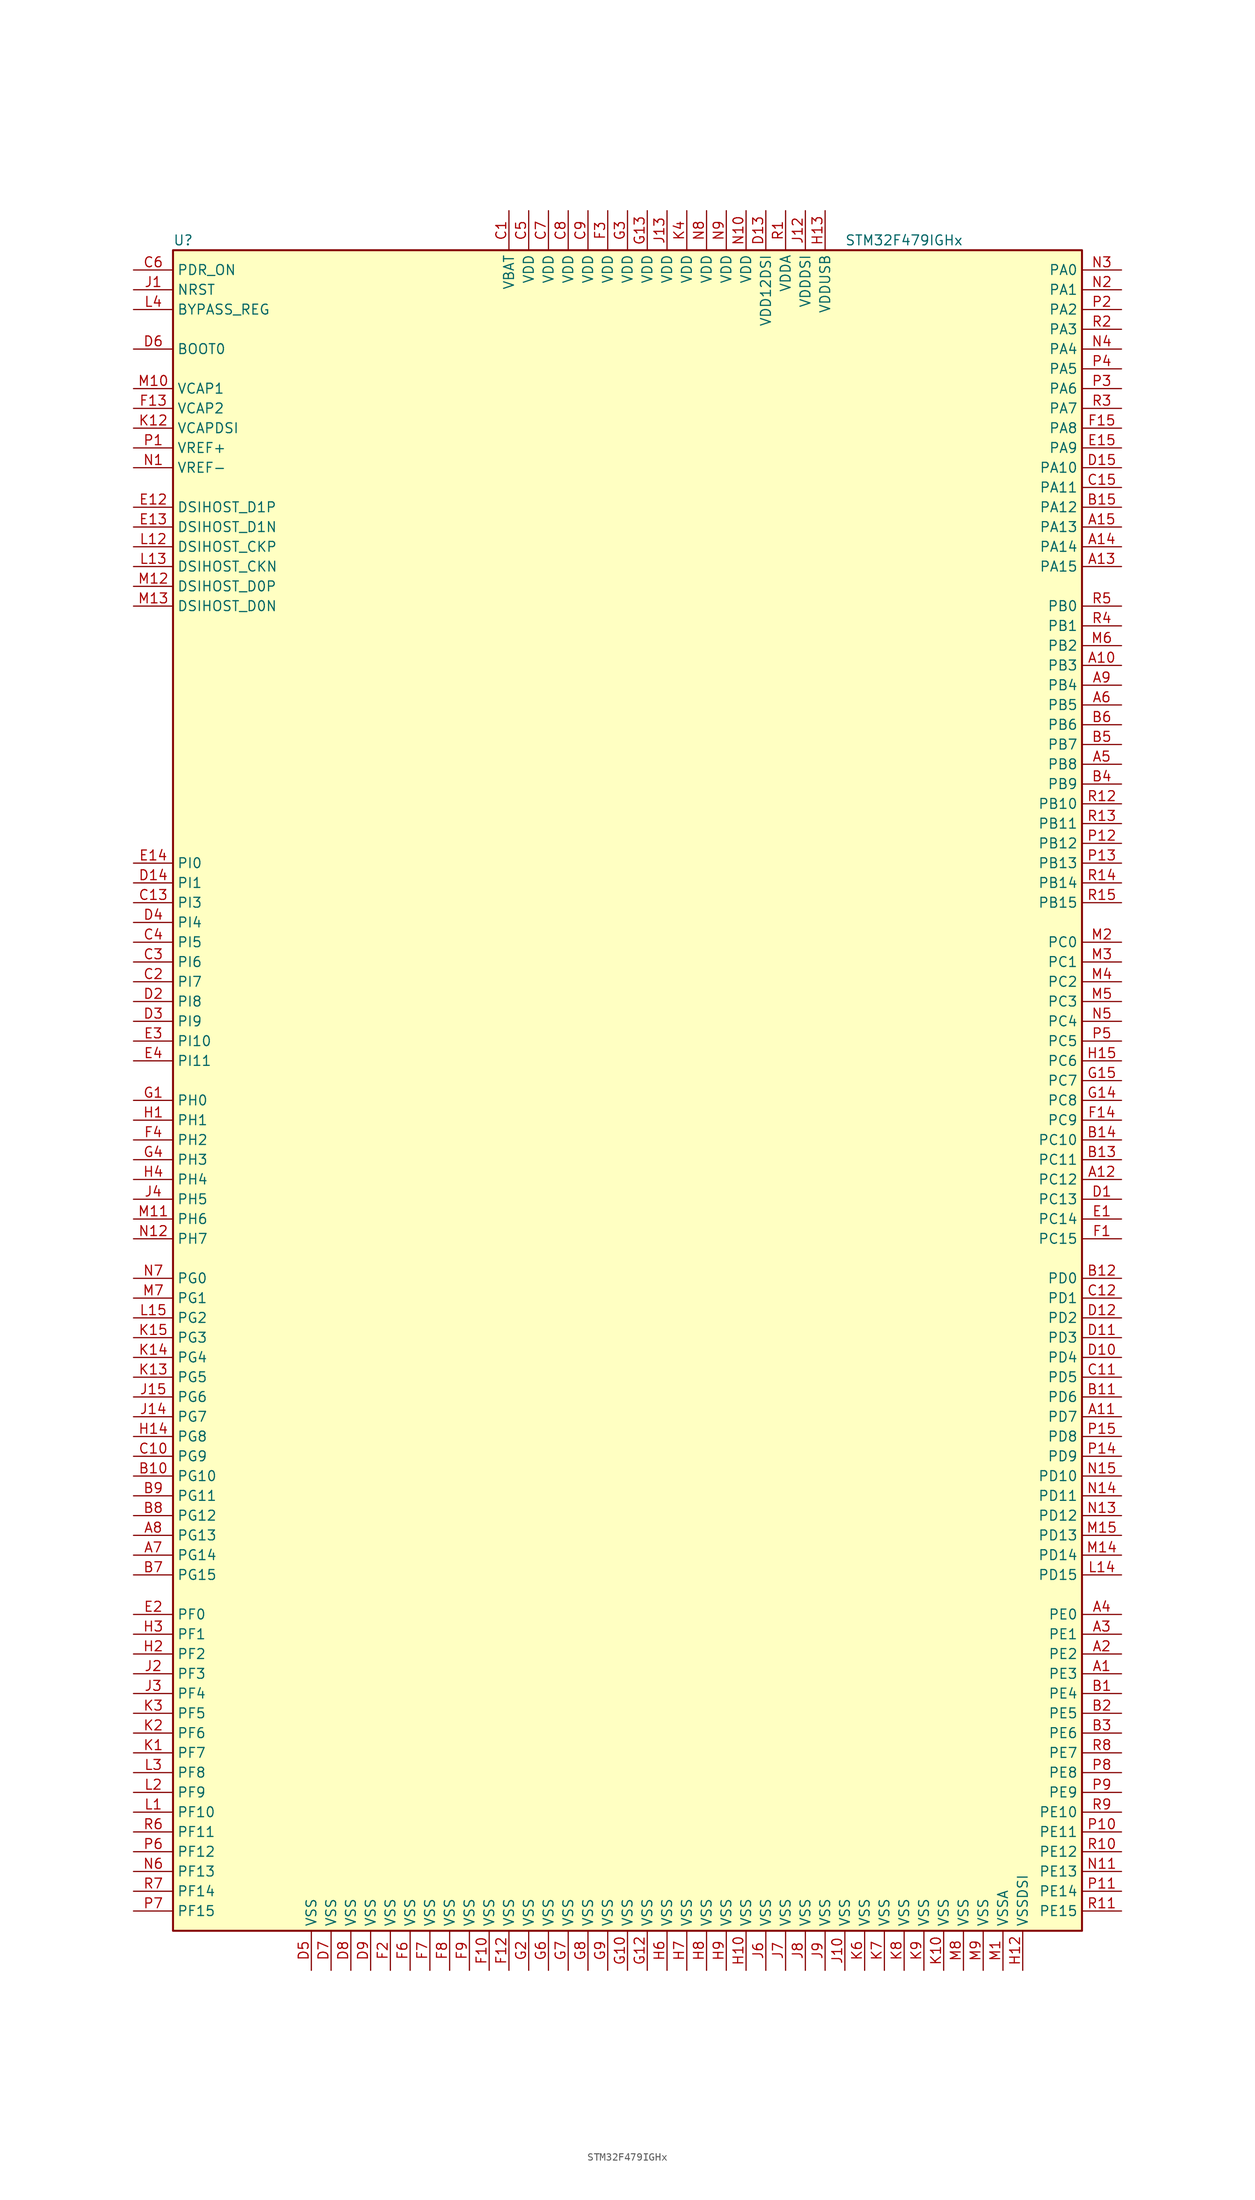
<source format=kicad_sym>
(kicad_symbol_lib
  (version 20211014)
  (generator kicad_symbol_editor)
  (symbol "STM32F479IGHx"
    (property "Reference" "U"
      (at -58.42 107.95 0)
      (effects (font (size 1.27 1.27)) (justify left)))
    (property "Value" "STM32F479IGHx"
      (at 27.94 107.95 0)
      (effects (font (size 1.27 1.27)) (justify left)))
    (symbol "STM32F479IGHx_0_1"
      (rectangle (start -58.42 -109.22) (end 58.42 106.68) (stroke (width 0.254) (type default) (color 0 0 0 0)) (fill (type background))))
    (symbol "STM32F479IGHx_1_1"
      (pin bidirectional line (at 63.5 -76.2 180) (length 5.08) (name "PE3" (effects (font (size 1.27 1.27)))) (number "A1" (effects (font (size 1.27 1.27)))))
      (pin bidirectional line (at 63.5 53.34 180) (length 5.08) (name "PB3" (effects (font (size 1.27 1.27)))) (number "A10" (effects (font (size 1.27 1.27)))))
      (pin bidirectional line (at 63.5 -43.18 180) (length 5.08) (name "PD7" (effects (font (size 1.27 1.27)))) (number "A11" (effects (font (size 1.27 1.27)))))
      (pin bidirectional line (at 63.5 -12.7 180) (length 5.08) (name "PC12" (effects (font (size 1.27 1.27)))) (number "A12" (effects (font (size 1.27 1.27)))))
      (pin bidirectional line (at 63.5 66.04 180) (length 5.08) (name "PA15" (effects (font (size 1.27 1.27)))) (number "A13" (effects (font (size 1.27 1.27)))))
      (pin bidirectional line (at 63.5 68.58 180) (length 5.08) (name "PA14" (effects (font (size 1.27 1.27)))) (number "A14" (effects (font (size 1.27 1.27)))))
      (pin bidirectional line (at 63.5 71.12 180) (length 5.08) (name "PA13" (effects (font (size 1.27 1.27)))) (number "A15" (effects (font (size 1.27 1.27)))))
      (pin bidirectional line (at 63.5 -73.66 180) (length 5.08) (name "PE2" (effects (font (size 1.27 1.27)))) (number "A2" (effects (font (size 1.27 1.27)))))
      (pin bidirectional line (at 63.5 -71.12 180) (length 5.08) (name "PE1" (effects (font (size 1.27 1.27)))) (number "A3" (effects (font (size 1.27 1.27)))))
      (pin bidirectional line (at 63.5 -68.58 180) (length 5.08) (name "PE0" (effects (font (size 1.27 1.27)))) (number "A4" (effects (font (size 1.27 1.27)))))
      (pin bidirectional line (at 63.5 40.64 180) (length 5.08) (name "PB8" (effects (font (size 1.27 1.27)))) (number "A5" (effects (font (size 1.27 1.27)))))
      (pin bidirectional line (at 63.5 48.26 180) (length 5.08) (name "PB5" (effects (font (size 1.27 1.27)))) (number "A6" (effects (font (size 1.27 1.27)))))
      (pin bidirectional line (at -63.5 -60.96 0) (length 5.08) (name "PG14" (effects (font (size 1.27 1.27)))) (number "A7" (effects (font (size 1.27 1.27)))))
      (pin bidirectional line (at -63.5 -58.42 0) (length 5.08) (name "PG13" (effects (font (size 1.27 1.27)))) (number "A8" (effects (font (size 1.27 1.27)))))
      (pin bidirectional line (at 63.5 50.8 180) (length 5.08) (name "PB4" (effects (font (size 1.27 1.27)))) (number "A9" (effects (font (size 1.27 1.27)))))
      (pin bidirectional line (at 63.5 -78.74 180) (length 5.08) (name "PE4" (effects (font (size 1.27 1.27)))) (number "B1" (effects (font (size 1.27 1.27)))))
      (pin bidirectional line (at -63.5 -50.8 0) (length 5.08) (name "PG10" (effects (font (size 1.27 1.27)))) (number "B10" (effects (font (size 1.27 1.27)))))
      (pin bidirectional line (at 63.5 -40.64 180) (length 5.08) (name "PD6" (effects (font (size 1.27 1.27)))) (number "B11" (effects (font (size 1.27 1.27)))))
      (pin bidirectional line (at 63.5 -25.4 180) (length 5.08) (name "PD0" (effects (font (size 1.27 1.27)))) (number "B12" (effects (font (size 1.27 1.27)))))
      (pin bidirectional line (at 63.5 -10.16 180) (length 5.08) (name "PC11" (effects (font (size 1.27 1.27)))) (number "B13" (effects (font (size 1.27 1.27)))))
      (pin bidirectional line (at 63.5 -7.62 180) (length 5.08) (name "PC10" (effects (font (size 1.27 1.27)))) (number "B14" (effects (font (size 1.27 1.27)))))
      (pin bidirectional line (at 63.5 73.66 180) (length 5.08) (name "PA12" (effects (font (size 1.27 1.27)))) (number "B15" (effects (font (size 1.27 1.27)))))
      (pin bidirectional line (at 63.5 -81.28 180) (length 5.08) (name "PE5" (effects (font (size 1.27 1.27)))) (number "B2" (effects (font (size 1.27 1.27)))))
      (pin bidirectional line (at 63.5 -83.82 180) (length 5.08) (name "PE6" (effects (font (size 1.27 1.27)))) (number "B3" (effects (font (size 1.27 1.27)))))
      (pin bidirectional line (at 63.5 38.1 180) (length 5.08) (name "PB9" (effects (font (size 1.27 1.27)))) (number "B4" (effects (font (size 1.27 1.27)))))
      (pin bidirectional line (at 63.5 43.18 180) (length 5.08) (name "PB7" (effects (font (size 1.27 1.27)))) (number "B5" (effects (font (size 1.27 1.27)))))
      (pin bidirectional line (at 63.5 45.72 180) (length 5.08) (name "PB6" (effects (font (size 1.27 1.27)))) (number "B6" (effects (font (size 1.27 1.27)))))
      (pin bidirectional line (at -63.5 -63.5 0) (length 5.08) (name "PG15" (effects (font (size 1.27 1.27)))) (number "B7" (effects (font (size 1.27 1.27)))))
      (pin bidirectional line (at -63.5 -55.88 0) (length 5.08) (name "PG12" (effects (font (size 1.27 1.27)))) (number "B8" (effects (font (size 1.27 1.27)))))
      (pin bidirectional line (at -63.5 -53.34 0) (length 5.08) (name "PG11" (effects (font (size 1.27 1.27)))) (number "B9" (effects (font (size 1.27 1.27)))))
      (pin power_in line (at -15.24 111.76 270) (length 5.08) (name "VBAT" (effects (font (size 1.27 1.27)))) (number "C1" (effects (font (size 1.27 1.27)))))
      (pin bidirectional line (at -63.5 -48.26 0) (length 5.08) (name "PG9" (effects (font (size 1.27 1.27)))) (number "C10" (effects (font (size 1.27 1.27)))))
      (pin bidirectional line (at 63.5 -38.1 180) (length 5.08) (name "PD5" (effects (font (size 1.27 1.27)))) (number "C11" (effects (font (size 1.27 1.27)))))
      (pin bidirectional line (at 63.5 -27.94 180) (length 5.08) (name "PD1" (effects (font (size 1.27 1.27)))) (number "C12" (effects (font (size 1.27 1.27)))))
      (pin bidirectional line (at -63.5 22.86 0) (length 5.08) (name "PI3" (effects (font (size 1.27 1.27)))) (number "C13" (effects (font (size 1.27 1.27)))))
      (pin no_connect line (at -58.42 -106.68 0) (length 5.08) hide (name "NC" (effects (font (size 1.27 1.27)))) (number "C14" (effects (font (size 1.27 1.27)))))
      (pin bidirectional line (at 63.5 76.2 180) (length 5.08) (name "PA11" (effects (font (size 1.27 1.27)))) (number "C15" (effects (font (size 1.27 1.27)))))
      (pin bidirectional line (at -63.5 12.7 0) (length 5.08) (name "PI7" (effects (font (size 1.27 1.27)))) (number "C2" (effects (font (size 1.27 1.27)))))
      (pin bidirectional line (at -63.5 15.24 0) (length 5.08) (name "PI6" (effects (font (size 1.27 1.27)))) (number "C3" (effects (font (size 1.27 1.27)))))
      (pin bidirectional line (at -63.5 17.78 0) (length 5.08) (name "PI5" (effects (font (size 1.27 1.27)))) (number "C4" (effects (font (size 1.27 1.27)))))
      (pin power_in line (at -12.7 111.76 270) (length 5.08) (name "VDD" (effects (font (size 1.27 1.27)))) (number "C5" (effects (font (size 1.27 1.27)))))
      (pin input line (at -63.5 104.14 0) (length 5.08) (name "PDR_ON" (effects (font (size 1.27 1.27)))) (number "C6" (effects (font (size 1.27 1.27)))))
      (pin power_in line (at -10.16 111.76 270) (length 5.08) (name "VDD" (effects (font (size 1.27 1.27)))) (number "C7" (effects (font (size 1.27 1.27)))))
      (pin power_in line (at -7.62 111.76 270) (length 5.08) (name "VDD" (effects (font (size 1.27 1.27)))) (number "C8" (effects (font (size 1.27 1.27)))))
      (pin power_in line (at -5.08 111.76 270) (length 5.08) (name "VDD" (effects (font (size 1.27 1.27)))) (number "C9" (effects (font (size 1.27 1.27)))))
      (pin bidirectional line (at 63.5 -15.24 180) (length 5.08) (name "PC13" (effects (font (size 1.27 1.27)))) (number "D1" (effects (font (size 1.27 1.27)))))
      (pin bidirectional line (at 63.5 -35.56 180) (length 5.08) (name "PD4" (effects (font (size 1.27 1.27)))) (number "D10" (effects (font (size 1.27 1.27)))))
      (pin bidirectional line (at 63.5 -33.02 180) (length 5.08) (name "PD3" (effects (font (size 1.27 1.27)))) (number "D11" (effects (font (size 1.27 1.27)))))
      (pin bidirectional line (at 63.5 -30.48 180) (length 5.08) (name "PD2" (effects (font (size 1.27 1.27)))) (number "D12" (effects (font (size 1.27 1.27)))))
      (pin power_in line (at 17.78 111.76 270) (length 5.08) (name "VDD12DSI" (effects (font (size 1.27 1.27)))) (number "D13" (effects (font (size 1.27 1.27)))))
      (pin bidirectional line (at -63.5 25.4 0) (length 5.08) (name "PI1" (effects (font (size 1.27 1.27)))) (number "D14" (effects (font (size 1.27 1.27)))))
      (pin bidirectional line (at 63.5 78.74 180) (length 5.08) (name "PA10" (effects (font (size 1.27 1.27)))) (number "D15" (effects (font (size 1.27 1.27)))))
      (pin bidirectional line (at -63.5 10.16 0) (length 5.08) (name "PI8" (effects (font (size 1.27 1.27)))) (number "D2" (effects (font (size 1.27 1.27)))))
      (pin bidirectional line (at -63.5 7.62 0) (length 5.08) (name "PI9" (effects (font (size 1.27 1.27)))) (number "D3" (effects (font (size 1.27 1.27)))))
      (pin bidirectional line (at -63.5 20.32 0) (length 5.08) (name "PI4" (effects (font (size 1.27 1.27)))) (number "D4" (effects (font (size 1.27 1.27)))))
      (pin power_in line (at -40.64 -114.3 90) (length 5.08) (name "VSS" (effects (font (size 1.27 1.27)))) (number "D5" (effects (font (size 1.27 1.27)))))
      (pin input line (at -63.5 93.98 0) (length 5.08) (name "BOOT0" (effects (font (size 1.27 1.27)))) (number "D6" (effects (font (size 1.27 1.27)))))
      (pin power_in line (at -38.1 -114.3 90) (length 5.08) (name "VSS" (effects (font (size 1.27 1.27)))) (number "D7" (effects (font (size 1.27 1.27)))))
      (pin power_in line (at -35.56 -114.3 90) (length 5.08) (name "VSS" (effects (font (size 1.27 1.27)))) (number "D8" (effects (font (size 1.27 1.27)))))
      (pin power_in line (at -33.02 -114.3 90) (length 5.08) (name "VSS" (effects (font (size 1.27 1.27)))) (number "D9" (effects (font (size 1.27 1.27)))))
      (pin bidirectional line (at 63.5 -17.78 180) (length 5.08) (name "PC14" (effects (font (size 1.27 1.27)))) (number "E1" (effects (font (size 1.27 1.27)))))
      (pin bidirectional line (at -63.5 73.66 0) (length 5.08) (name "DSIHOST_D1P" (effects (font (size 1.27 1.27)))) (number "E12" (effects (font (size 1.27 1.27)))))
      (pin bidirectional line (at -63.5 71.12 0) (length 5.08) (name "DSIHOST_D1N" (effects (font (size 1.27 1.27)))) (number "E13" (effects (font (size 1.27 1.27)))))
      (pin bidirectional line (at -63.5 27.94 0) (length 5.08) (name "PI0" (effects (font (size 1.27 1.27)))) (number "E14" (effects (font (size 1.27 1.27)))))
      (pin bidirectional line (at 63.5 81.28 180) (length 5.08) (name "PA9" (effects (font (size 1.27 1.27)))) (number "E15" (effects (font (size 1.27 1.27)))))
      (pin bidirectional line (at -63.5 -68.58 0) (length 5.08) (name "PF0" (effects (font (size 1.27 1.27)))) (number "E2" (effects (font (size 1.27 1.27)))))
      (pin bidirectional line (at -63.5 5.08 0) (length 5.08) (name "PI10" (effects (font (size 1.27 1.27)))) (number "E3" (effects (font (size 1.27 1.27)))))
      (pin bidirectional line (at -63.5 2.54 0) (length 5.08) (name "PI11" (effects (font (size 1.27 1.27)))) (number "E4" (effects (font (size 1.27 1.27)))))
      (pin bidirectional line (at 63.5 -20.32 180) (length 5.08) (name "PC15" (effects (font (size 1.27 1.27)))) (number "F1" (effects (font (size 1.27 1.27)))))
      (pin power_in line (at -17.78 -114.3 90) (length 5.08) (name "VSS" (effects (font (size 1.27 1.27)))) (number "F10" (effects (font (size 1.27 1.27)))))
      (pin power_in line (at -15.24 -114.3 90) (length 5.08) (name "VSS" (effects (font (size 1.27 1.27)))) (number "F12" (effects (font (size 1.27 1.27)))))
      (pin power_in line (at -63.5 86.36 0) (length 5.08) (name "VCAP2" (effects (font (size 1.27 1.27)))) (number "F13" (effects (font (size 1.27 1.27)))))
      (pin bidirectional line (at 63.5 -5.08 180) (length 5.08) (name "PC9" (effects (font (size 1.27 1.27)))) (number "F14" (effects (font (size 1.27 1.27)))))
      (pin bidirectional line (at 63.5 83.82 180) (length 5.08) (name "PA8" (effects (font (size 1.27 1.27)))) (number "F15" (effects (font (size 1.27 1.27)))))
      (pin power_in line (at -30.48 -114.3 90) (length 5.08) (name "VSS" (effects (font (size 1.27 1.27)))) (number "F2" (effects (font (size 1.27 1.27)))))
      (pin power_in line (at -2.54 111.76 270) (length 5.08) (name "VDD" (effects (font (size 1.27 1.27)))) (number "F3" (effects (font (size 1.27 1.27)))))
      (pin bidirectional line (at -63.5 -7.62 0) (length 5.08) (name "PH2" (effects (font (size 1.27 1.27)))) (number "F4" (effects (font (size 1.27 1.27)))))
      (pin power_in line (at -27.94 -114.3 90) (length 5.08) (name "VSS" (effects (font (size 1.27 1.27)))) (number "F6" (effects (font (size 1.27 1.27)))))
      (pin power_in line (at -25.4 -114.3 90) (length 5.08) (name "VSS" (effects (font (size 1.27 1.27)))) (number "F7" (effects (font (size 1.27 1.27)))))
      (pin power_in line (at -22.86 -114.3 90) (length 5.08) (name "VSS" (effects (font (size 1.27 1.27)))) (number "F8" (effects (font (size 1.27 1.27)))))
      (pin power_in line (at -20.32 -114.3 90) (length 5.08) (name "VSS" (effects (font (size 1.27 1.27)))) (number "F9" (effects (font (size 1.27 1.27)))))
      (pin input line (at -63.5 -2.54 0) (length 5.08) (name "PH0" (effects (font (size 1.27 1.27)))) (number "G1" (effects (font (size 1.27 1.27)))))
      (pin power_in line (at 0 -114.3 90) (length 5.08) (name "VSS" (effects (font (size 1.27 1.27)))) (number "G10" (effects (font (size 1.27 1.27)))))
      (pin power_in line (at 2.54 -114.3 90) (length 5.08) (name "VSS" (effects (font (size 1.27 1.27)))) (number "G12" (effects (font (size 1.27 1.27)))))
      (pin power_in line (at 2.54 111.76 270) (length 5.08) (name "VDD" (effects (font (size 1.27 1.27)))) (number "G13" (effects (font (size 1.27 1.27)))))
      (pin bidirectional line (at 63.5 -2.54 180) (length 5.08) (name "PC8" (effects (font (size 1.27 1.27)))) (number "G14" (effects (font (size 1.27 1.27)))))
      (pin bidirectional line (at 63.5 0 180) (length 5.08) (name "PC7" (effects (font (size 1.27 1.27)))) (number "G15" (effects (font (size 1.27 1.27)))))
      (pin power_in line (at -12.7 -114.3 90) (length 5.08) (name "VSS" (effects (font (size 1.27 1.27)))) (number "G2" (effects (font (size 1.27 1.27)))))
      (pin power_in line (at 0 111.76 270) (length 5.08) (name "VDD" (effects (font (size 1.27 1.27)))) (number "G3" (effects (font (size 1.27 1.27)))))
      (pin bidirectional line (at -63.5 -10.16 0) (length 5.08) (name "PH3" (effects (font (size 1.27 1.27)))) (number "G4" (effects (font (size 1.27 1.27)))))
      (pin power_in line (at -10.16 -114.3 90) (length 5.08) (name "VSS" (effects (font (size 1.27 1.27)))) (number "G6" (effects (font (size 1.27 1.27)))))
      (pin power_in line (at -7.62 -114.3 90) (length 5.08) (name "VSS" (effects (font (size 1.27 1.27)))) (number "G7" (effects (font (size 1.27 1.27)))))
      (pin power_in line (at -5.08 -114.3 90) (length 5.08) (name "VSS" (effects (font (size 1.27 1.27)))) (number "G8" (effects (font (size 1.27 1.27)))))
      (pin power_in line (at -2.54 -114.3 90) (length 5.08) (name "VSS" (effects (font (size 1.27 1.27)))) (number "G9" (effects (font (size 1.27 1.27)))))
      (pin input line (at -63.5 -5.08 0) (length 5.08) (name "PH1" (effects (font (size 1.27 1.27)))) (number "H1" (effects (font (size 1.27 1.27)))))
      (pin power_in line (at 15.24 -114.3 90) (length 5.08) (name "VSS" (effects (font (size 1.27 1.27)))) (number "H10" (effects (font (size 1.27 1.27)))))
      (pin power_in line (at 50.8 -114.3 90) (length 5.08) (name "VSSDSI" (effects (font (size 1.27 1.27)))) (number "H12" (effects (font (size 1.27 1.27)))))
      (pin power_in line (at 25.4 111.76 270) (length 5.08) (name "VDDUSB" (effects (font (size 1.27 1.27)))) (number "H13" (effects (font (size 1.27 1.27)))))
      (pin bidirectional line (at -63.5 -45.72 0) (length 5.08) (name "PG8" (effects (font (size 1.27 1.27)))) (number "H14" (effects (font (size 1.27 1.27)))))
      (pin bidirectional line (at 63.5 2.54 180) (length 5.08) (name "PC6" (effects (font (size 1.27 1.27)))) (number "H15" (effects (font (size 1.27 1.27)))))
      (pin bidirectional line (at -63.5 -73.66 0) (length 5.08) (name "PF2" (effects (font (size 1.27 1.27)))) (number "H2" (effects (font (size 1.27 1.27)))))
      (pin bidirectional line (at -63.5 -71.12 0) (length 5.08) (name "PF1" (effects (font (size 1.27 1.27)))) (number "H3" (effects (font (size 1.27 1.27)))))
      (pin bidirectional line (at -63.5 -12.7 0) (length 5.08) (name "PH4" (effects (font (size 1.27 1.27)))) (number "H4" (effects (font (size 1.27 1.27)))))
      (pin power_in line (at 5.08 -114.3 90) (length 5.08) (name "VSS" (effects (font (size 1.27 1.27)))) (number "H6" (effects (font (size 1.27 1.27)))))
      (pin power_in line (at 7.62 -114.3 90) (length 5.08) (name "VSS" (effects (font (size 1.27 1.27)))) (number "H7" (effects (font (size 1.27 1.27)))))
      (pin power_in line (at 10.16 -114.3 90) (length 5.08) (name "VSS" (effects (font (size 1.27 1.27)))) (number "H8" (effects (font (size 1.27 1.27)))))
      (pin power_in line (at 12.7 -114.3 90) (length 5.08) (name "VSS" (effects (font (size 1.27 1.27)))) (number "H9" (effects (font (size 1.27 1.27)))))
      (pin input line (at -63.5 101.6 0) (length 5.08) (name "NRST" (effects (font (size 1.27 1.27)))) (number "J1" (effects (font (size 1.27 1.27)))))
      (pin power_in line (at 27.94 -114.3 90) (length 5.08) (name "VSS" (effects (font (size 1.27 1.27)))) (number "J10" (effects (font (size 1.27 1.27)))))
      (pin power_in line (at 22.86 111.76 270) (length 5.08) (name "VDDDSI" (effects (font (size 1.27 1.27)))) (number "J12" (effects (font (size 1.27 1.27)))))
      (pin power_in line (at 5.08 111.76 270) (length 5.08) (name "VDD" (effects (font (size 1.27 1.27)))) (number "J13" (effects (font (size 1.27 1.27)))))
      (pin bidirectional line (at -63.5 -43.18 0) (length 5.08) (name "PG7" (effects (font (size 1.27 1.27)))) (number "J14" (effects (font (size 1.27 1.27)))))
      (pin bidirectional line (at -63.5 -40.64 0) (length 5.08) (name "PG6" (effects (font (size 1.27 1.27)))) (number "J15" (effects (font (size 1.27 1.27)))))
      (pin bidirectional line (at -63.5 -76.2 0) (length 5.08) (name "PF3" (effects (font (size 1.27 1.27)))) (number "J2" (effects (font (size 1.27 1.27)))))
      (pin bidirectional line (at -63.5 -78.74 0) (length 5.08) (name "PF4" (effects (font (size 1.27 1.27)))) (number "J3" (effects (font (size 1.27 1.27)))))
      (pin bidirectional line (at -63.5 -15.24 0) (length 5.08) (name "PH5" (effects (font (size 1.27 1.27)))) (number "J4" (effects (font (size 1.27 1.27)))))
      (pin power_in line (at 17.78 -114.3 90) (length 5.08) (name "VSS" (effects (font (size 1.27 1.27)))) (number "J6" (effects (font (size 1.27 1.27)))))
      (pin power_in line (at 20.32 -114.3 90) (length 5.08) (name "VSS" (effects (font (size 1.27 1.27)))) (number "J7" (effects (font (size 1.27 1.27)))))
      (pin power_in line (at 22.86 -114.3 90) (length 5.08) (name "VSS" (effects (font (size 1.27 1.27)))) (number "J8" (effects (font (size 1.27 1.27)))))
      (pin power_in line (at 25.4 -114.3 90) (length 5.08) (name "VSS" (effects (font (size 1.27 1.27)))) (number "J9" (effects (font (size 1.27 1.27)))))
      (pin bidirectional line (at -63.5 -86.36 0) (length 5.08) (name "PF7" (effects (font (size 1.27 1.27)))) (number "K1" (effects (font (size 1.27 1.27)))))
      (pin power_in line (at 40.64 -114.3 90) (length 5.08) (name "VSS" (effects (font (size 1.27 1.27)))) (number "K10" (effects (font (size 1.27 1.27)))))
      (pin power_in line (at -63.5 83.82 0) (length 5.08) (name "VCAPDSI" (effects (font (size 1.27 1.27)))) (number "K12" (effects (font (size 1.27 1.27)))))
      (pin bidirectional line (at -63.5 -38.1 0) (length 5.08) (name "PG5" (effects (font (size 1.27 1.27)))) (number "K13" (effects (font (size 1.27 1.27)))))
      (pin bidirectional line (at -63.5 -35.56 0) (length 5.08) (name "PG4" (effects (font (size 1.27 1.27)))) (number "K14" (effects (font (size 1.27 1.27)))))
      (pin bidirectional line (at -63.5 -33.02 0) (length 5.08) (name "PG3" (effects (font (size 1.27 1.27)))) (number "K15" (effects (font (size 1.27 1.27)))))
      (pin bidirectional line (at -63.5 -83.82 0) (length 5.08) (name "PF6" (effects (font (size 1.27 1.27)))) (number "K2" (effects (font (size 1.27 1.27)))))
      (pin bidirectional line (at -63.5 -81.28 0) (length 5.08) (name "PF5" (effects (font (size 1.27 1.27)))) (number "K3" (effects (font (size 1.27 1.27)))))
      (pin power_in line (at 7.62 111.76 270) (length 5.08) (name "VDD" (effects (font (size 1.27 1.27)))) (number "K4" (effects (font (size 1.27 1.27)))))
      (pin power_in line (at 30.48 -114.3 90) (length 5.08) (name "VSS" (effects (font (size 1.27 1.27)))) (number "K6" (effects (font (size 1.27 1.27)))))
      (pin power_in line (at 33.02 -114.3 90) (length 5.08) (name "VSS" (effects (font (size 1.27 1.27)))) (number "K7" (effects (font (size 1.27 1.27)))))
      (pin power_in line (at 35.56 -114.3 90) (length 5.08) (name "VSS" (effects (font (size 1.27 1.27)))) (number "K8" (effects (font (size 1.27 1.27)))))
      (pin power_in line (at 38.1 -114.3 90) (length 5.08) (name "VSS" (effects (font (size 1.27 1.27)))) (number "K9" (effects (font (size 1.27 1.27)))))
      (pin bidirectional line (at -63.5 -93.98 0) (length 5.08) (name "PF10" (effects (font (size 1.27 1.27)))) (number "L1" (effects (font (size 1.27 1.27)))))
      (pin bidirectional line (at -63.5 68.58 0) (length 5.08) (name "DSIHOST_CKP" (effects (font (size 1.27 1.27)))) (number "L12" (effects (font (size 1.27 1.27)))))
      (pin bidirectional line (at -63.5 66.04 0) (length 5.08) (name "DSIHOST_CKN" (effects (font (size 1.27 1.27)))) (number "L13" (effects (font (size 1.27 1.27)))))
      (pin bidirectional line (at 63.5 -63.5 180) (length 5.08) (name "PD15" (effects (font (size 1.27 1.27)))) (number "L14" (effects (font (size 1.27 1.27)))))
      (pin bidirectional line (at -63.5 -30.48 0) (length 5.08) (name "PG2" (effects (font (size 1.27 1.27)))) (number "L15" (effects (font (size 1.27 1.27)))))
      (pin bidirectional line (at -63.5 -91.44 0) (length 5.08) (name "PF9" (effects (font (size 1.27 1.27)))) (number "L2" (effects (font (size 1.27 1.27)))))
      (pin bidirectional line (at -63.5 -88.9 0) (length 5.08) (name "PF8" (effects (font (size 1.27 1.27)))) (number "L3" (effects (font (size 1.27 1.27)))))
      (pin input line (at -63.5 99.06 0) (length 5.08) (name "BYPASS_REG" (effects (font (size 1.27 1.27)))) (number "L4" (effects (font (size 1.27 1.27)))))
      (pin power_in line (at 48.26 -114.3 90) (length 5.08) (name "VSSA" (effects (font (size 1.27 1.27)))) (number "M1" (effects (font (size 1.27 1.27)))))
      (pin power_in line (at -63.5 88.9 0) (length 5.08) (name "VCAP1" (effects (font (size 1.27 1.27)))) (number "M10" (effects (font (size 1.27 1.27)))))
      (pin bidirectional line (at -63.5 -17.78 0) (length 5.08) (name "PH6" (effects (font (size 1.27 1.27)))) (number "M11" (effects (font (size 1.27 1.27)))))
      (pin bidirectional line (at -63.5 63.5 0) (length 5.08) (name "DSIHOST_D0P" (effects (font (size 1.27 1.27)))) (number "M12" (effects (font (size 1.27 1.27)))))
      (pin bidirectional line (at -63.5 60.96 0) (length 5.08) (name "DSIHOST_D0N" (effects (font (size 1.27 1.27)))) (number "M13" (effects (font (size 1.27 1.27)))))
      (pin bidirectional line (at 63.5 -60.96 180) (length 5.08) (name "PD14" (effects (font (size 1.27 1.27)))) (number "M14" (effects (font (size 1.27 1.27)))))
      (pin bidirectional line (at 63.5 -58.42 180) (length 5.08) (name "PD13" (effects (font (size 1.27 1.27)))) (number "M15" (effects (font (size 1.27 1.27)))))
      (pin bidirectional line (at 63.5 17.78 180) (length 5.08) (name "PC0" (effects (font (size 1.27 1.27)))) (number "M2" (effects (font (size 1.27 1.27)))))
      (pin bidirectional line (at 63.5 15.24 180) (length 5.08) (name "PC1" (effects (font (size 1.27 1.27)))) (number "M3" (effects (font (size 1.27 1.27)))))
      (pin bidirectional line (at 63.5 12.7 180) (length 5.08) (name "PC2" (effects (font (size 1.27 1.27)))) (number "M4" (effects (font (size 1.27 1.27)))))
      (pin bidirectional line (at 63.5 10.16 180) (length 5.08) (name "PC3" (effects (font (size 1.27 1.27)))) (number "M5" (effects (font (size 1.27 1.27)))))
      (pin bidirectional line (at 63.5 55.88 180) (length 5.08) (name "PB2" (effects (font (size 1.27 1.27)))) (number "M6" (effects (font (size 1.27 1.27)))))
      (pin bidirectional line (at -63.5 -27.94 0) (length 5.08) (name "PG1" (effects (font (size 1.27 1.27)))) (number "M7" (effects (font (size 1.27 1.27)))))
      (pin power_in line (at 43.18 -114.3 90) (length 5.08) (name "VSS" (effects (font (size 1.27 1.27)))) (number "M8" (effects (font (size 1.27 1.27)))))
      (pin power_in line (at 45.72 -114.3 90) (length 5.08) (name "VSS" (effects (font (size 1.27 1.27)))) (number "M9" (effects (font (size 1.27 1.27)))))
      (pin power_in line (at -63.5 78.74 0) (length 5.08) (name "VREF-" (effects (font (size 1.27 1.27)))) (number "N1" (effects (font (size 1.27 1.27)))))
      (pin power_in line (at 15.24 111.76 270) (length 5.08) (name "VDD" (effects (font (size 1.27 1.27)))) (number "N10" (effects (font (size 1.27 1.27)))))
      (pin bidirectional line (at 63.5 -101.6 180) (length 5.08) (name "PE13" (effects (font (size 1.27 1.27)))) (number "N11" (effects (font (size 1.27 1.27)))))
      (pin bidirectional line (at -63.5 -20.32 0) (length 5.08) (name "PH7" (effects (font (size 1.27 1.27)))) (number "N12" (effects (font (size 1.27 1.27)))))
      (pin bidirectional line (at 63.5 -55.88 180) (length 5.08) (name "PD12" (effects (font (size 1.27 1.27)))) (number "N13" (effects (font (size 1.27 1.27)))))
      (pin bidirectional line (at 63.5 -53.34 180) (length 5.08) (name "PD11" (effects (font (size 1.27 1.27)))) (number "N14" (effects (font (size 1.27 1.27)))))
      (pin bidirectional line (at 63.5 -50.8 180) (length 5.08) (name "PD10" (effects (font (size 1.27 1.27)))) (number "N15" (effects (font (size 1.27 1.27)))))
      (pin bidirectional line (at 63.5 101.6 180) (length 5.08) (name "PA1" (effects (font (size 1.27 1.27)))) (number "N2" (effects (font (size 1.27 1.27)))))
      (pin bidirectional line (at 63.5 104.14 180) (length 5.08) (name "PA0" (effects (font (size 1.27 1.27)))) (number "N3" (effects (font (size 1.27 1.27)))))
      (pin bidirectional line (at 63.5 93.98 180) (length 5.08) (name "PA4" (effects (font (size 1.27 1.27)))) (number "N4" (effects (font (size 1.27 1.27)))))
      (pin bidirectional line (at 63.5 7.62 180) (length 5.08) (name "PC4" (effects (font (size 1.27 1.27)))) (number "N5" (effects (font (size 1.27 1.27)))))
      (pin bidirectional line (at -63.5 -101.6 0) (length 5.08) (name "PF13" (effects (font (size 1.27 1.27)))) (number "N6" (effects (font (size 1.27 1.27)))))
      (pin bidirectional line (at -63.5 -25.4 0) (length 5.08) (name "PG0" (effects (font (size 1.27 1.27)))) (number "N7" (effects (font (size 1.27 1.27)))))
      (pin power_in line (at 10.16 111.76 270) (length 5.08) (name "VDD" (effects (font (size 1.27 1.27)))) (number "N8" (effects (font (size 1.27 1.27)))))
      (pin power_in line (at 12.7 111.76 270) (length 5.08) (name "VDD" (effects (font (size 1.27 1.27)))) (number "N9" (effects (font (size 1.27 1.27)))))
      (pin power_in line (at -63.5 81.28 0) (length 5.08) (name "VREF+" (effects (font (size 1.27 1.27)))) (number "P1" (effects (font (size 1.27 1.27)))))
      (pin bidirectional line (at 63.5 -96.52 180) (length 5.08) (name "PE11" (effects (font (size 1.27 1.27)))) (number "P10" (effects (font (size 1.27 1.27)))))
      (pin bidirectional line (at 63.5 -104.14 180) (length 5.08) (name "PE14" (effects (font (size 1.27 1.27)))) (number "P11" (effects (font (size 1.27 1.27)))))
      (pin bidirectional line (at 63.5 30.48 180) (length 5.08) (name "PB12" (effects (font (size 1.27 1.27)))) (number "P12" (effects (font (size 1.27 1.27)))))
      (pin bidirectional line (at 63.5 27.94 180) (length 5.08) (name "PB13" (effects (font (size 1.27 1.27)))) (number "P13" (effects (font (size 1.27 1.27)))))
      (pin bidirectional line (at 63.5 -48.26 180) (length 5.08) (name "PD9" (effects (font (size 1.27 1.27)))) (number "P14" (effects (font (size 1.27 1.27)))))
      (pin bidirectional line (at 63.5 -45.72 180) (length 5.08) (name "PD8" (effects (font (size 1.27 1.27)))) (number "P15" (effects (font (size 1.27 1.27)))))
      (pin bidirectional line (at 63.5 99.06 180) (length 5.08) (name "PA2" (effects (font (size 1.27 1.27)))) (number "P2" (effects (font (size 1.27 1.27)))))
      (pin bidirectional line (at 63.5 88.9 180) (length 5.08) (name "PA6" (effects (font (size 1.27 1.27)))) (number "P3" (effects (font (size 1.27 1.27)))))
      (pin bidirectional line (at 63.5 91.44 180) (length 5.08) (name "PA5" (effects (font (size 1.27 1.27)))) (number "P4" (effects (font (size 1.27 1.27)))))
      (pin bidirectional line (at 63.5 5.08 180) (length 5.08) (name "PC5" (effects (font (size 1.27 1.27)))) (number "P5" (effects (font (size 1.27 1.27)))))
      (pin bidirectional line (at -63.5 -99.06 0) (length 5.08) (name "PF12" (effects (font (size 1.27 1.27)))) (number "P6" (effects (font (size 1.27 1.27)))))
      (pin bidirectional line (at -63.5 -106.68 0) (length 5.08) (name "PF15" (effects (font (size 1.27 1.27)))) (number "P7" (effects (font (size 1.27 1.27)))))
      (pin bidirectional line (at 63.5 -88.9 180) (length 5.08) (name "PE8" (effects (font (size 1.27 1.27)))) (number "P8" (effects (font (size 1.27 1.27)))))
      (pin bidirectional line (at 63.5 -91.44 180) (length 5.08) (name "PE9" (effects (font (size 1.27 1.27)))) (number "P9" (effects (font (size 1.27 1.27)))))
      (pin power_in line (at 20.32 111.76 270) (length 5.08) (name "VDDA" (effects (font (size 1.27 1.27)))) (number "R1" (effects (font (size 1.27 1.27)))))
      (pin bidirectional line (at 63.5 -99.06 180) (length 5.08) (name "PE12" (effects (font (size 1.27 1.27)))) (number "R10" (effects (font (size 1.27 1.27)))))
      (pin bidirectional line (at 63.5 -106.68 180) (length 5.08) (name "PE15" (effects (font (size 1.27 1.27)))) (number "R11" (effects (font (size 1.27 1.27)))))
      (pin bidirectional line (at 63.5 35.56 180) (length 5.08) (name "PB10" (effects (font (size 1.27 1.27)))) (number "R12" (effects (font (size 1.27 1.27)))))
      (pin bidirectional line (at 63.5 33.02 180) (length 5.08) (name "PB11" (effects (font (size 1.27 1.27)))) (number "R13" (effects (font (size 1.27 1.27)))))
      (pin bidirectional line (at 63.5 25.4 180) (length 5.08) (name "PB14" (effects (font (size 1.27 1.27)))) (number "R14" (effects (font (size 1.27 1.27)))))
      (pin bidirectional line (at 63.5 22.86 180) (length 5.08) (name "PB15" (effects (font (size 1.27 1.27)))) (number "R15" (effects (font (size 1.27 1.27)))))
      (pin bidirectional line (at 63.5 96.52 180) (length 5.08) (name "PA3" (effects (font (size 1.27 1.27)))) (number "R2" (effects (font (size 1.27 1.27)))))
      (pin bidirectional line (at 63.5 86.36 180) (length 5.08) (name "PA7" (effects (font (size 1.27 1.27)))) (number "R3" (effects (font (size 1.27 1.27)))))
      (pin bidirectional line (at 63.5 58.42 180) (length 5.08) (name "PB1" (effects (font (size 1.27 1.27)))) (number "R4" (effects (font (size 1.27 1.27)))))
      (pin bidirectional line (at 63.5 60.96 180) (length 5.08) (name "PB0" (effects (font (size 1.27 1.27)))) (number "R5" (effects (font (size 1.27 1.27)))))
      (pin bidirectional line (at -63.5 -96.52 0) (length 5.08) (name "PF11" (effects (font (size 1.27 1.27)))) (number "R6" (effects (font (size 1.27 1.27)))))
      (pin bidirectional line (at -63.5 -104.14 0) (length 5.08) (name "PF14" (effects (font (size 1.27 1.27)))) (number "R7" (effects (font (size 1.27 1.27)))))
      (pin bidirectional line (at 63.5 -86.36 180) (length 5.08) (name "PE7" (effects (font (size 1.27 1.27)))) (number "R8" (effects (font (size 1.27 1.27)))))
      (pin bidirectional line (at 63.5 -93.98 180) (length 5.08) (name "PE10" (effects (font (size 1.27 1.27)))) (number "R9" (effects (font (size 1.27 1.27))))))))
</source>
